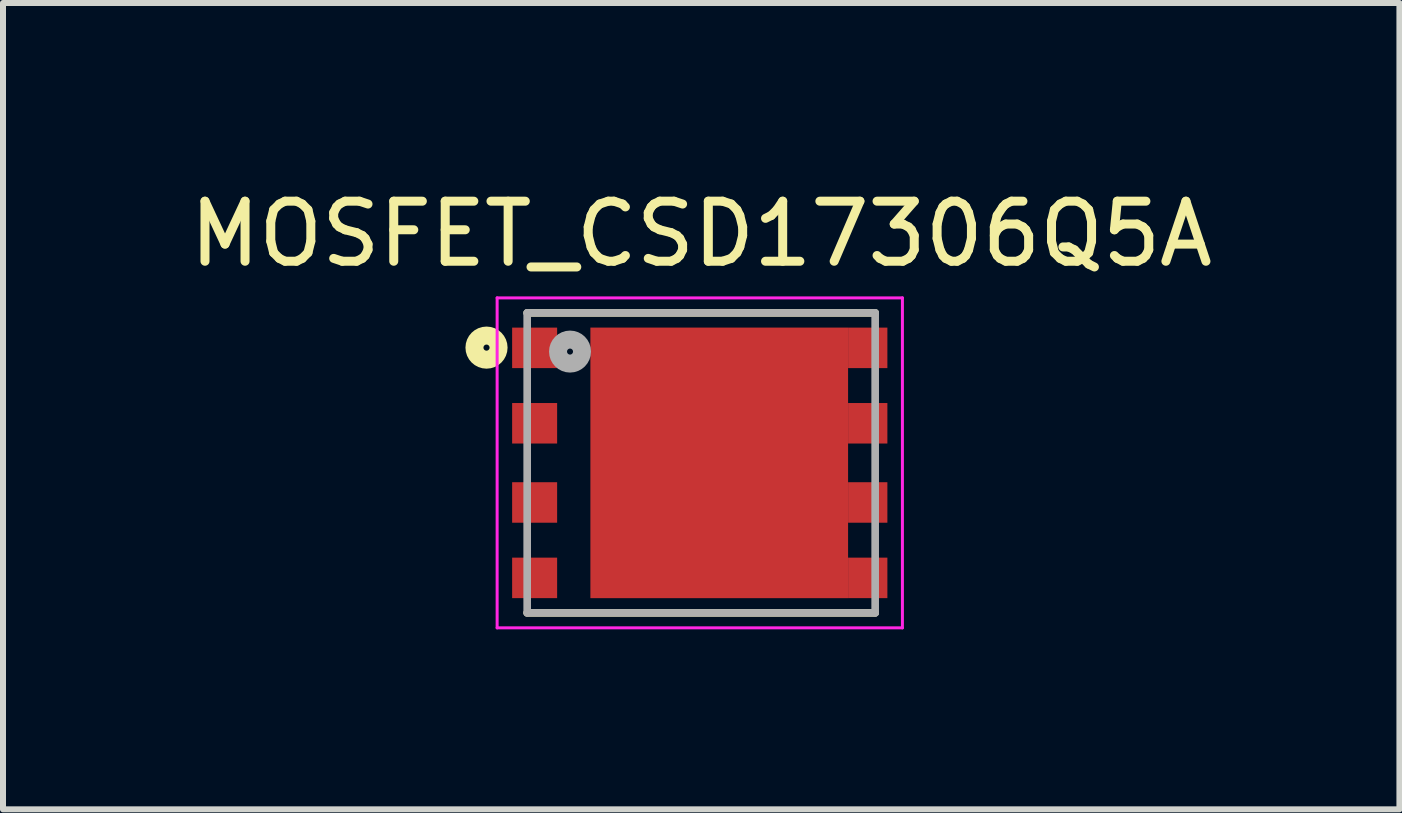
<source format=kicad_pcb>
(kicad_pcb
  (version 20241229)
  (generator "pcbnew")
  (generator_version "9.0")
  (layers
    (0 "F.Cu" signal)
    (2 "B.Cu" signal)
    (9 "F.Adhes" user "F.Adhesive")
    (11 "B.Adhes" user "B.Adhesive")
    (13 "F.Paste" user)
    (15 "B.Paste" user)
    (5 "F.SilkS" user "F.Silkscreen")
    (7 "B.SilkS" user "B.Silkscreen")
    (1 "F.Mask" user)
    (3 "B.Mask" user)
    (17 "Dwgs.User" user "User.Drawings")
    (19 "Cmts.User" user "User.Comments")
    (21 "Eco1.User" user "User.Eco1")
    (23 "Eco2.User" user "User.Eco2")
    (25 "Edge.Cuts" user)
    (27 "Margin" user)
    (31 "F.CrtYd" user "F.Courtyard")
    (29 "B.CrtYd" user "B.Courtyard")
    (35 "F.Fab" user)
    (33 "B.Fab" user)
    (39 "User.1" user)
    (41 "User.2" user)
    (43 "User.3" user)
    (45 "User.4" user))
  (footprint "MOSFET_CSD17306Q5A"
    (layer "F.Cu")
    (at 8.637 4.665)
    (property "Reference" "MOSFET_CSD17306Q5A" (at 0.00001 -3.816 0) (layer "F.SilkS") (effects (font (size 1.001 1.001) (thickness 0.15))))
    (attr smd)
    (fp_line (start -2.9 -2.5) (end 2.9 -2.5) (stroke (width 0.127) (type solid)) (layer "F.SilkS"))
    (fp_line (start -2.9 2.5) (end 2.9 2.5) (stroke (width 0.127) (type solid)) (layer "F.SilkS"))
    (fp_circle (center -3.578 -1.921) (end -3.527 -1.921) (stroke (width 0.3) (type solid)) (fill no) (layer "F.SilkS"))
    (fp_poly (pts (xy -3.031 1.667) (xy -2.526 1.667) (xy -2.526 2.171) (xy -3.031 2.171)) (stroke (width 0.01) (type solid)) (fill yes) (layer "F.Paste"))
    (fp_poly (pts (xy -3.03 -2.167) (xy -2.526 -2.167) (xy -2.526 -1.67) (xy -3.03 -1.67)) (stroke (width 0.01) (type solid)) (fill yes) (layer "F.Paste"))
    (fp_poly (pts (xy -3.027 -0.91) (xy -2.526 -0.91) (xy -2.526 -0.41) (xy -3.027 -0.41)) (stroke (width 0.01) (type solid)) (fill yes) (layer "F.Paste"))
    (fp_poly (pts (xy -3.026 0.41) (xy -2.526 0.41) (xy -2.526 0.91) (xy -3.026 0.91)) (stroke (width 0.01) (type solid)) (fill yes) (layer "F.Paste"))
    (fp_poly (pts (xy -1.411 0.31) (xy -0.174 0.31) (xy -0.174 1.883) (xy -1.411 1.883)) (stroke (width 0.01) (type solid)) (fill yes) (layer "F.Paste"))
    (fp_poly (pts (xy -1.409 -1.88) (xy -0.174 -1.88) (xy -0.174 -0.31) (xy -1.409 -0.31)) (stroke (width 0.01) (type solid)) (fill yes) (layer "F.Paste"))
    (fp_poly (pts (xy 0.327 0.31) (xy 1.911 0.31) (xy 1.911 1.882) (xy 0.327 1.882)) (stroke (width 0.01) (type solid)) (fill yes) (layer "F.Paste"))
    (fp_poly (pts (xy 0.327 -1.88) (xy 1.911 -1.88) (xy 1.911 -0.31) (xy 0.327 -0.31)) (stroke (width 0.01) (type solid)) (fill yes) (layer "F.Paste"))
    (fp_poly (pts (xy 2.527 -2.167) (xy 3.026 -2.167) (xy 3.026 -1.668) (xy 2.527 -1.668)) (stroke (width 0.01) (type solid)) (fill yes) (layer "F.Paste"))
    (fp_poly (pts (xy 2.528 0.41) (xy 3.026 0.41) (xy 3.026 0.91) (xy 2.528 0.91)) (stroke (width 0.01) (type solid)) (fill yes) (layer "F.Paste"))
    (fp_poly (pts (xy 2.528 -0.91) (xy 3.026 -0.91) (xy 3.026 -0.41) (xy 2.528 -0.41)) (stroke (width 0.01) (type solid)) (fill yes) (layer "F.Paste"))
    (fp_poly (pts (xy 2.531 1.667) (xy 3.026 1.667) (xy 3.026 2.172) (xy 2.531 2.172)) (stroke (width 0.01) (type solid)) (fill yes) (layer "F.Paste"))
    (fp_line (start -3.401 -2.75) (end 3.354 -2.75) (stroke (width 0.05) (type solid)) (layer "F.CrtYd"))
    (fp_line (start -3.401 2.75) (end -3.401 -2.75) (stroke (width 0.05) (type solid)) (layer "F.CrtYd"))
    (fp_line (start 3.354 -2.75) (end 3.354 2.75) (stroke (width 0.05) (type solid)) (layer "F.CrtYd"))
    (fp_line (start 3.354 2.75) (end -3.401 2.75) (stroke (width 0.05) (type solid)) (layer "F.CrtYd"))
    (fp_line (start -2.9 -2.5) (end 2.9 -2.5) (stroke (width 0.127) (type solid)) (layer "F.Fab"))
    (fp_line (start -2.9 2.5) (end -2.9 -2.5) (stroke (width 0.127) (type solid)) (layer "F.Fab"))
    (fp_line (start 2.9 -2.5) (end 2.9 2.5) (stroke (width 0.127) (type solid)) (layer "F.Fab"))
    (fp_line (start 2.9 2.5) (end -2.9 2.5) (stroke (width 0.127) (type solid)) (layer "F.Fab"))
    (fp_circle (center -2.186 -1.855) (end -2.136 -1.855) (stroke (width 0.3) (type solid)) (fill no) (layer "F.Fab"))
    (pad "1" smd rect (at 0.301 0) (size 4.295 4.51) (layers "F.Cu" "F.Mask" "B.Adhes"))
    (pad "1" smd rect (at 2.776 -1.917) (size 0.655 0.675) (layers "F.Cu" "F.Mask"))
    (pad "1" smd rect (at 2.776 -0.66) (size 0.655 0.675) (layers "F.Cu" "F.Mask"))
    (pad "1" smd rect (at 2.776 0.66) (size 0.655 0.675) (layers "F.Cu" "F.Mask"))
    (pad "1" smd rect (at 2.776 1.917) (size 0.655 0.675) (layers "F.Cu" "F.Mask"))
    (pad "2" smd rect (at -2.776 1.917) (size 0.75 0.675) (layers "F.Cu" "F.Mask"))
    (pad "3" smd rect (at -2.776 -1.917) (size 0.75 0.675) (layers "F.Cu" "F.Mask"))
    (pad "3" smd rect (at -2.776 -0.66) (size 0.75 0.675) (layers "F.Cu" "F.Mask"))
    (pad "3" smd rect (at -2.776 0.66) (size 0.75 0.675) (layers "F.Cu" "F.Mask")))
  (gr_rect
    (start -3 -3)
    (end 20.275 10.44)
    (stroke (width 0.1) (type default))
    (fill no)
    (layer "Edge.Cuts")))
</source>
